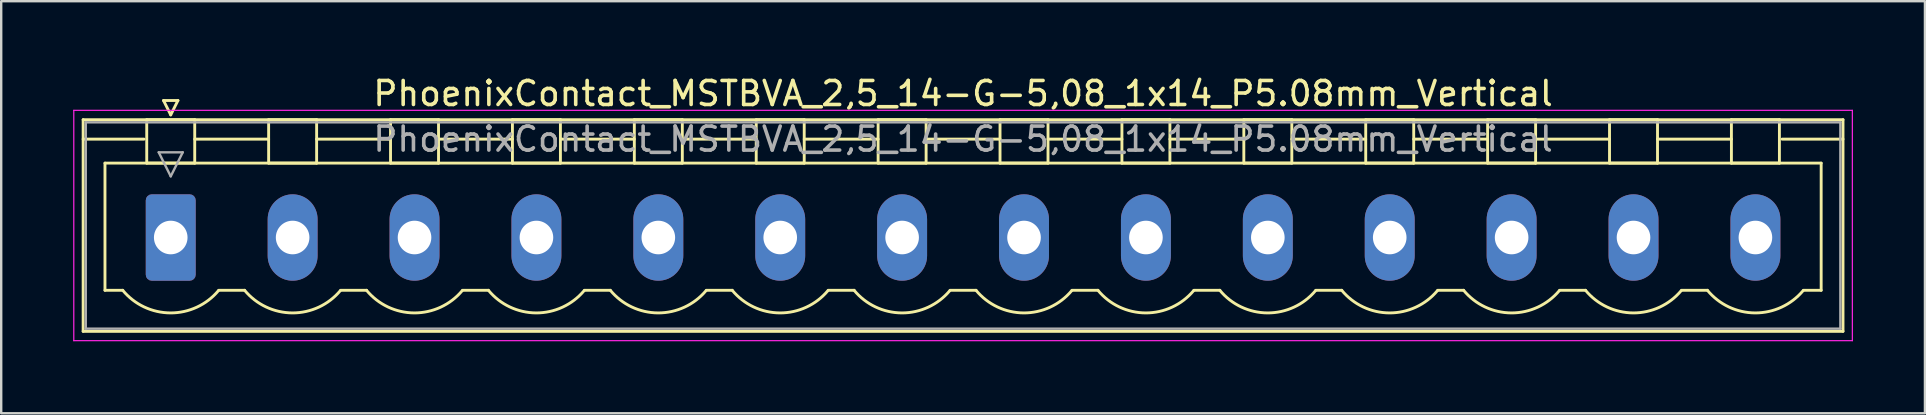
<source format=kicad_pcb>
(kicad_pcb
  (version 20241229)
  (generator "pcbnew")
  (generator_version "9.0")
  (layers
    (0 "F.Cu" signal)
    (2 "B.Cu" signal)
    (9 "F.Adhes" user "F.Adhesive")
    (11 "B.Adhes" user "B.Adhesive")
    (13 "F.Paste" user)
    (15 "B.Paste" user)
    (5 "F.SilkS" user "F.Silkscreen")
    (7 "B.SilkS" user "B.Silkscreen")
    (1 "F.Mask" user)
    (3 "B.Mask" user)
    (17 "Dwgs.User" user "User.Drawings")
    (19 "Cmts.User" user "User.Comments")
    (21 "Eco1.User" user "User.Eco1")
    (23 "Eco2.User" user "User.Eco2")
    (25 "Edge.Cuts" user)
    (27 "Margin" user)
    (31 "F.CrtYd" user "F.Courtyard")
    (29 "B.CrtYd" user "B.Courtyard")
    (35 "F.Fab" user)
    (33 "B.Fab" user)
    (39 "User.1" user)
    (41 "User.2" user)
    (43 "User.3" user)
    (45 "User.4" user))
  (footprint "PhoenixContact_MSTBVA_2,5_14-G-5,08_1x14_P5.08mm_Vertical"
    (layer "F.Cu")
    (at 4.065 6.848)
    (property "Reference" "PhoenixContact_MSTBVA_2,5_14-G-5,08_1x14_P5.08mm_Vertical" (at 33.02 -6 0) (layer "F.SilkS") (effects (font (size 1 1) (thickness 0.15))))
    (attr through_hole)
    (fp_line (start -3.65 -4.91) (end -3.65 3.91) (stroke (width 0.12) (type solid)) (layer "F.SilkS"))
    (fp_line (start -3.65 -4.1) (end -1.11 -4.1) (stroke (width 0.12) (type solid)) (layer "F.SilkS"))
    (fp_line (start -3.65 3.91) (end 69.69 3.91) (stroke (width 0.12) (type solid)) (layer "F.SilkS"))
    (fp_line (start -2.74 -3.1) (end 68.78 -3.1) (stroke (width 0.12) (type solid)) (layer "F.SilkS"))
    (fp_line (start -2.74 2.2) (end -2.74 -3.1) (stroke (width 0.12) (type solid)) (layer "F.SilkS"))
    (fp_line (start -2 2.2) (end -2.74 2.2) (stroke (width 0.12) (type solid)) (layer "F.SilkS"))
    (fp_line (start -1 -4.91) (end 1 -4.91) (stroke (width 0.12) (type solid)) (layer "F.SilkS"))
    (fp_line (start -1 -3.1) (end -1 -4.91) (stroke (width 0.12) (type solid)) (layer "F.SilkS"))
    (fp_line (start -0.3 -5.71) (end 0.3 -5.71) (stroke (width 0.12) (type solid)) (layer "F.SilkS"))
    (fp_line (start 0 -5.11) (end -0.3 -5.71) (stroke (width 0.12) (type solid)) (layer "F.SilkS"))
    (fp_line (start 0.3 -5.71) (end 0 -5.11) (stroke (width 0.12) (type solid)) (layer "F.SilkS"))
    (fp_line (start 1 -4.91) (end 1 -3.1) (stroke (width 0.12) (type solid)) (layer "F.SilkS"))
    (fp_line (start 1 -4.1) (end 4.08 -4.1) (stroke (width 0.12) (type solid)) (layer "F.SilkS"))
    (fp_line (start 1 -3.1) (end -1 -3.1) (stroke (width 0.12) (type solid)) (layer "F.SilkS"))
    (fp_line (start 2 2.2) (end 3.08 2.2) (stroke (width 0.12) (type solid)) (layer "F.SilkS"))
    (fp_line (start 4.08 -4.91) (end 6.08 -4.91) (stroke (width 0.12) (type solid)) (layer "F.SilkS"))
    (fp_line (start 4.08 -3.1) (end 4.08 -4.91) (stroke (width 0.12) (type solid)) (layer "F.SilkS"))
    (fp_line (start 6.08 -4.91) (end 6.08 -3.1) (stroke (width 0.12) (type solid)) (layer "F.SilkS"))
    (fp_line (start 6.08 -4.1) (end 9.16 -4.1) (stroke (width 0.12) (type solid)) (layer "F.SilkS"))
    (fp_line (start 6.08 -3.1) (end 4.08 -3.1) (stroke (width 0.12) (type solid)) (layer "F.SilkS"))
    (fp_line (start 7.08 2.2) (end 8.16 2.2) (stroke (width 0.12) (type solid)) (layer "F.SilkS"))
    (fp_line (start 9.16 -4.91) (end 11.16 -4.91) (stroke (width 0.12) (type solid)) (layer "F.SilkS"))
    (fp_line (start 9.16 -3.1) (end 9.16 -4.91) (stroke (width 0.12) (type solid)) (layer "F.SilkS"))
    (fp_line (start 11.16 -4.91) (end 11.16 -3.1) (stroke (width 0.12) (type solid)) (layer "F.SilkS"))
    (fp_line (start 11.16 -4.1) (end 14.24 -4.1) (stroke (width 0.12) (type solid)) (layer "F.SilkS"))
    (fp_line (start 11.16 -3.1) (end 9.16 -3.1) (stroke (width 0.12) (type solid)) (layer "F.SilkS"))
    (fp_line (start 12.16 2.2) (end 13.24 2.2) (stroke (width 0.12) (type solid)) (layer "F.SilkS"))
    (fp_line (start 14.24 -4.91) (end 16.24 -4.91) (stroke (width 0.12) (type solid)) (layer "F.SilkS"))
    (fp_line (start 14.24 -3.1) (end 14.24 -4.91) (stroke (width 0.12) (type solid)) (layer "F.SilkS"))
    (fp_line (start 16.24 -4.91) (end 16.24 -3.1) (stroke (width 0.12) (type solid)) (layer "F.SilkS"))
    (fp_line (start 16.24 -4.1) (end 19.32 -4.1) (stroke (width 0.12) (type solid)) (layer "F.SilkS"))
    (fp_line (start 16.24 -3.1) (end 14.24 -3.1) (stroke (width 0.12) (type solid)) (layer "F.SilkS"))
    (fp_line (start 17.24 2.2) (end 18.32 2.2) (stroke (width 0.12) (type solid)) (layer "F.SilkS"))
    (fp_line (start 19.32 -4.91) (end 21.32 -4.91) (stroke (width 0.12) (type solid)) (layer "F.SilkS"))
    (fp_line (start 19.32 -3.1) (end 19.32 -4.91) (stroke (width 0.12) (type solid)) (layer "F.SilkS"))
    (fp_line (start 21.32 -4.91) (end 21.32 -3.1) (stroke (width 0.12) (type solid)) (layer "F.SilkS"))
    (fp_line (start 21.32 -4.1) (end 24.4 -4.1) (stroke (width 0.12) (type solid)) (layer "F.SilkS"))
    (fp_line (start 21.32 -3.1) (end 19.32 -3.1) (stroke (width 0.12) (type solid)) (layer "F.SilkS"))
    (fp_line (start 22.32 2.2) (end 23.4 2.2) (stroke (width 0.12) (type solid)) (layer "F.SilkS"))
    (fp_line (start 24.4 -4.91) (end 26.4 -4.91) (stroke (width 0.12) (type solid)) (layer "F.SilkS"))
    (fp_line (start 24.4 -3.1) (end 24.4 -4.91) (stroke (width 0.12) (type solid)) (layer "F.SilkS"))
    (fp_line (start 26.4 -4.91) (end 26.4 -3.1) (stroke (width 0.12) (type solid)) (layer "F.SilkS"))
    (fp_line (start 26.4 -4.1) (end 29.48 -4.1) (stroke (width 0.12) (type solid)) (layer "F.SilkS"))
    (fp_line (start 26.4 -3.1) (end 24.4 -3.1) (stroke (width 0.12) (type solid)) (layer "F.SilkS"))
    (fp_line (start 27.4 2.2) (end 28.48 2.2) (stroke (width 0.12) (type solid)) (layer "F.SilkS"))
    (fp_line (start 29.48 -4.91) (end 31.48 -4.91) (stroke (width 0.12) (type solid)) (layer "F.SilkS"))
    (fp_line (start 29.48 -3.1) (end 29.48 -4.91) (stroke (width 0.12) (type solid)) (layer "F.SilkS"))
    (fp_line (start 31.48 -4.91) (end 31.48 -3.1) (stroke (width 0.12) (type solid)) (layer "F.SilkS"))
    (fp_line (start 31.48 -4.1) (end 34.56 -4.1) (stroke (width 0.12) (type solid)) (layer "F.SilkS"))
    (fp_line (start 31.48 -3.1) (end 29.48 -3.1) (stroke (width 0.12) (type solid)) (layer "F.SilkS"))
    (fp_line (start 32.48 2.2) (end 33.56 2.2) (stroke (width 0.12) (type solid)) (layer "F.SilkS"))
    (fp_line (start 34.56 -4.91) (end 36.56 -4.91) (stroke (width 0.12) (type solid)) (layer "F.SilkS"))
    (fp_line (start 34.56 -3.1) (end 34.56 -4.91) (stroke (width 0.12) (type solid)) (layer "F.SilkS"))
    (fp_line (start 36.56 -4.91) (end 36.56 -3.1) (stroke (width 0.12) (type solid)) (layer "F.SilkS"))
    (fp_line (start 36.56 -4.1) (end 39.64 -4.1) (stroke (width 0.12) (type solid)) (layer "F.SilkS"))
    (fp_line (start 36.56 -3.1) (end 34.56 -3.1) (stroke (width 0.12) (type solid)) (layer "F.SilkS"))
    (fp_line (start 37.56 2.2) (end 38.64 2.2) (stroke (width 0.12) (type solid)) (layer "F.SilkS"))
    (fp_line (start 39.64 -4.91) (end 41.64 -4.91) (stroke (width 0.12) (type solid)) (layer "F.SilkS"))
    (fp_line (start 39.64 -3.1) (end 39.64 -4.91) (stroke (width 0.12) (type solid)) (layer "F.SilkS"))
    (fp_line (start 41.64 -4.91) (end 41.64 -3.1) (stroke (width 0.12) (type solid)) (layer "F.SilkS"))
    (fp_line (start 41.64 -4.1) (end 44.72 -4.1) (stroke (width 0.12) (type solid)) (layer "F.SilkS"))
    (fp_line (start 41.64 -3.1) (end 39.64 -3.1) (stroke (width 0.12) (type solid)) (layer "F.SilkS"))
    (fp_line (start 42.64 2.2) (end 43.72 2.2) (stroke (width 0.12) (type solid)) (layer "F.SilkS"))
    (fp_line (start 44.72 -4.91) (end 46.72 -4.91) (stroke (width 0.12) (type solid)) (layer "F.SilkS"))
    (fp_line (start 44.72 -3.1) (end 44.72 -4.91) (stroke (width 0.12) (type solid)) (layer "F.SilkS"))
    (fp_line (start 46.72 -4.91) (end 46.72 -3.1) (stroke (width 0.12) (type solid)) (layer "F.SilkS"))
    (fp_line (start 46.72 -4.1) (end 49.8 -4.1) (stroke (width 0.12) (type solid)) (layer "F.SilkS"))
    (fp_line (start 46.72 -3.1) (end 44.72 -3.1) (stroke (width 0.12) (type solid)) (layer "F.SilkS"))
    (fp_line (start 47.72 2.2) (end 48.8 2.2) (stroke (width 0.12) (type solid)) (layer "F.SilkS"))
    (fp_line (start 49.8 -4.91) (end 51.8 -4.91) (stroke (width 0.12) (type solid)) (layer "F.SilkS"))
    (fp_line (start 49.8 -3.1) (end 49.8 -4.91) (stroke (width 0.12) (type solid)) (layer "F.SilkS"))
    (fp_line (start 51.8 -4.91) (end 51.8 -3.1) (stroke (width 0.12) (type solid)) (layer "F.SilkS"))
    (fp_line (start 51.8 -4.1) (end 54.88 -4.1) (stroke (width 0.12) (type solid)) (layer "F.SilkS"))
    (fp_line (start 51.8 -3.1) (end 49.8 -3.1) (stroke (width 0.12) (type solid)) (layer "F.SilkS"))
    (fp_line (start 52.8 2.2) (end 53.88 2.2) (stroke (width 0.12) (type solid)) (layer "F.SilkS"))
    (fp_line (start 54.88 -4.91) (end 56.88 -4.91) (stroke (width 0.12) (type solid)) (layer "F.SilkS"))
    (fp_line (start 54.88 -3.1) (end 54.88 -4.91) (stroke (width 0.12) (type solid)) (layer "F.SilkS"))
    (fp_line (start 56.88 -4.91) (end 56.88 -3.1) (stroke (width 0.12) (type solid)) (layer "F.SilkS"))
    (fp_line (start 56.88 -4.1) (end 59.96 -4.1) (stroke (width 0.12) (type solid)) (layer "F.SilkS"))
    (fp_line (start 56.88 -3.1) (end 54.88 -3.1) (stroke (width 0.12) (type solid)) (layer "F.SilkS"))
    (fp_line (start 57.88 2.2) (end 58.96 2.2) (stroke (width 0.12) (type solid)) (layer "F.SilkS"))
    (fp_line (start 59.96 -4.91) (end 61.96 -4.91) (stroke (width 0.12) (type solid)) (layer "F.SilkS"))
    (fp_line (start 59.96 -3.1) (end 59.96 -4.91) (stroke (width 0.12) (type solid)) (layer "F.SilkS"))
    (fp_line (start 61.96 -4.91) (end 61.96 -3.1) (stroke (width 0.12) (type solid)) (layer "F.SilkS"))
    (fp_line (start 61.96 -4.1) (end 65.04 -4.1) (stroke (width 0.12) (type solid)) (layer "F.SilkS"))
    (fp_line (start 61.96 -3.1) (end 59.96 -3.1) (stroke (width 0.12) (type solid)) (layer "F.SilkS"))
    (fp_line (start 62.96 2.2) (end 64.04 2.2) (stroke (width 0.12) (type solid)) (layer "F.SilkS"))
    (fp_line (start 65.04 -4.91) (end 67.04 -4.91) (stroke (width 0.12) (type solid)) (layer "F.SilkS"))
    (fp_line (start 65.04 -3.1) (end 65.04 -4.91) (stroke (width 0.12) (type solid)) (layer "F.SilkS"))
    (fp_line (start 67.04 -4.91) (end 67.04 -3.1) (stroke (width 0.12) (type solid)) (layer "F.SilkS"))
    (fp_line (start 67.04 -3.1) (end 65.04 -3.1) (stroke (width 0.12) (type solid)) (layer "F.SilkS"))
    (fp_line (start 68.78 -3.1) (end 68.78 2.2) (stroke (width 0.12) (type solid)) (layer "F.SilkS"))
    (fp_line (start 68.78 2.2) (end 68.04 2.2) (stroke (width 0.12) (type solid)) (layer "F.SilkS"))
    (fp_line (start 69.69 -4.91) (end -3.65 -4.91) (stroke (width 0.12) (type solid)) (layer "F.SilkS"))
    (fp_line (start 69.69 -4.1) (end 67.15 -4.1) (stroke (width 0.12) (type solid)) (layer "F.SilkS"))
    (fp_line (start 69.69 3.91) (end 69.69 -4.91) (stroke (width 0.12) (type solid)) (layer "F.SilkS"))
    (fp_arc (start 1.986842 2.215821) (mid -0.010289 3.142758) (end -2 2.2) (stroke (width 0.12) (type solid)) (layer "F.SilkS"))
    (fp_arc (start 7.066842 2.215821) (mid 5.069711 3.142758) (end 3.08 2.2) (stroke (width 0.12) (type solid)) (layer "F.SilkS"))
    (fp_arc (start 12.146842 2.215821) (mid 10.149711 3.142758) (end 8.16 2.2) (stroke (width 0.12) (type solid)) (layer "F.SilkS"))
    (fp_arc (start 17.226842 2.215821) (mid 15.229711 3.142758) (end 13.24 2.2) (stroke (width 0.12) (type solid)) (layer "F.SilkS"))
    (fp_arc (start 22.306842 2.215821) (mid 20.309711 3.142758) (end 18.32 2.2) (stroke (width 0.12) (type solid)) (layer "F.SilkS"))
    (fp_arc (start 27.386842 2.215821) (mid 25.389711 3.142758) (end 23.4 2.2) (stroke (width 0.12) (type solid)) (layer "F.SilkS"))
    (fp_arc (start 32.466842 2.215821) (mid 30.469711 3.142758) (end 28.48 2.2) (stroke (width 0.12) (type solid)) (layer "F.SilkS"))
    (fp_arc (start 37.546842 2.215821) (mid 35.549711 3.142758) (end 33.56 2.2) (stroke (width 0.12) (type solid)) (layer "F.SilkS"))
    (fp_arc (start 42.626842 2.215821) (mid 40.629711 3.142758) (end 38.64 2.2) (stroke (width 0.12) (type solid)) (layer "F.SilkS"))
    (fp_arc (start 47.706842 2.215821) (mid 45.709711 3.142758) (end 43.72 2.2) (stroke (width 0.12) (type solid)) (layer "F.SilkS"))
    (fp_arc (start 52.786842 2.215821) (mid 50.789711 3.142758) (end 48.8 2.2) (stroke (width 0.12) (type solid)) (layer "F.SilkS"))
    (fp_arc (start 57.866842 2.215821) (mid 55.869711 3.142758) (end 53.88 2.2) (stroke (width 0.12) (type solid)) (layer "F.SilkS"))
    (fp_arc (start 62.946842 2.215821) (mid 60.949711 3.142758) (end 58.96 2.2) (stroke (width 0.12) (type solid)) (layer "F.SilkS"))
    (fp_arc (start 68.026842 2.215821) (mid 66.029711 3.142758) (end 64.04 2.2) (stroke (width 0.12) (type solid)) (layer "F.SilkS"))
    (fp_line (start -4.04 -5.3) (end -4.04 4.3) (stroke (width 0.05) (type solid)) (layer "F.CrtYd"))
    (fp_line (start -4.04 4.3) (end 70.08 4.3) (stroke (width 0.05) (type solid)) (layer "F.CrtYd"))
    (fp_line (start 70.08 -5.3) (end -4.04 -5.3) (stroke (width 0.05) (type solid)) (layer "F.CrtYd"))
    (fp_line (start 70.08 4.3) (end 70.08 -5.3) (stroke (width 0.05) (type solid)) (layer "F.CrtYd"))
    (fp_line (start -3.54 -4.8) (end -3.54 3.8) (stroke (width 0.1) (type solid)) (layer "F.Fab"))
    (fp_line (start -3.54 3.8) (end 69.58 3.8) (stroke (width 0.1) (type solid)) (layer "F.Fab"))
    (fp_line (start -0.5 -3.55) (end 0.5 -3.55) (stroke (width 0.1) (type solid)) (layer "F.Fab"))
    (fp_line (start 0 -2.55) (end -0.5 -3.55) (stroke (width 0.1) (type solid)) (layer "F.Fab"))
    (fp_line (start 0.5 -3.55) (end 0 -2.55) (stroke (width 0.1) (type solid)) (layer "F.Fab"))
    (fp_line (start 69.58 -4.8) (end -3.54 -4.8) (stroke (width 0.1) (type solid)) (layer "F.Fab"))
    (fp_line (start 69.58 3.8) (end 69.58 -4.8) (stroke (width 0.1) (type solid)) (layer "F.Fab"))
    (fp_text user "${REFERENCE}" (at 33.02 -4.1 0) (layer "F.Fab") (effects (font (size 1 1) (thickness 0.15))))
    (pad "1" thru_hole roundrect (at 0 0) (size 2.08 3.6) (drill 1.4) (layers "*.Cu" "*.Mask") (roundrect_rratio 0.12))
    (pad "2" thru_hole oval (at 5.08 0) (size 2.08 3.6) (drill 1.4) (layers "*.Cu" "*.Mask"))
    (pad "3" thru_hole oval (at 10.16 0) (size 2.08 3.6) (drill 1.4) (layers "*.Cu" "*.Mask"))
    (pad "4" thru_hole oval (at 15.24 0) (size 2.08 3.6) (drill 1.4) (layers "*.Cu" "*.Mask"))
    (pad "5" thru_hole oval (at 20.32 0) (size 2.08 3.6) (drill 1.4) (layers "*.Cu" "*.Mask"))
    (pad "6" thru_hole oval (at 25.4 0) (size 2.08 3.6) (drill 1.4) (layers "*.Cu" "*.Mask"))
    (pad "7" thru_hole oval (at 30.48 0) (size 2.08 3.6) (drill 1.4) (layers "*.Cu" "*.Mask"))
    (pad "8" thru_hole oval (at 35.56 0) (size 2.08 3.6) (drill 1.4) (layers "*.Cu" "*.Mask"))
    (pad "9" thru_hole oval (at 40.64 0) (size 2.08 3.6) (drill 1.4) (layers "*.Cu" "*.Mask"))
    (pad "10" thru_hole oval (at 45.72 0) (size 2.08 3.6) (drill 1.4) (layers "*.Cu" "*.Mask"))
    (pad "11" thru_hole oval (at 50.8 0) (size 2.08 3.6) (drill 1.4) (layers "*.Cu" "*.Mask"))
    (pad "12" thru_hole oval (at 55.88 0) (size 2.08 3.6) (drill 1.4) (layers "*.Cu" "*.Mask"))
    (pad "13" thru_hole oval (at 60.96 0) (size 2.08 3.6) (drill 1.4) (layers "*.Cu" "*.Mask"))
    (pad "14" thru_hole oval (at 66.04 0) (size 2.08 3.6) (drill 1.4) (layers "*.Cu" "*.Mask")))
  (gr_rect
    (start -3 -3)
    (end 77.17 14.173)
    (stroke (width 0.1) (type default))
    (fill no)
    (layer "Edge.Cuts")))
</source>
